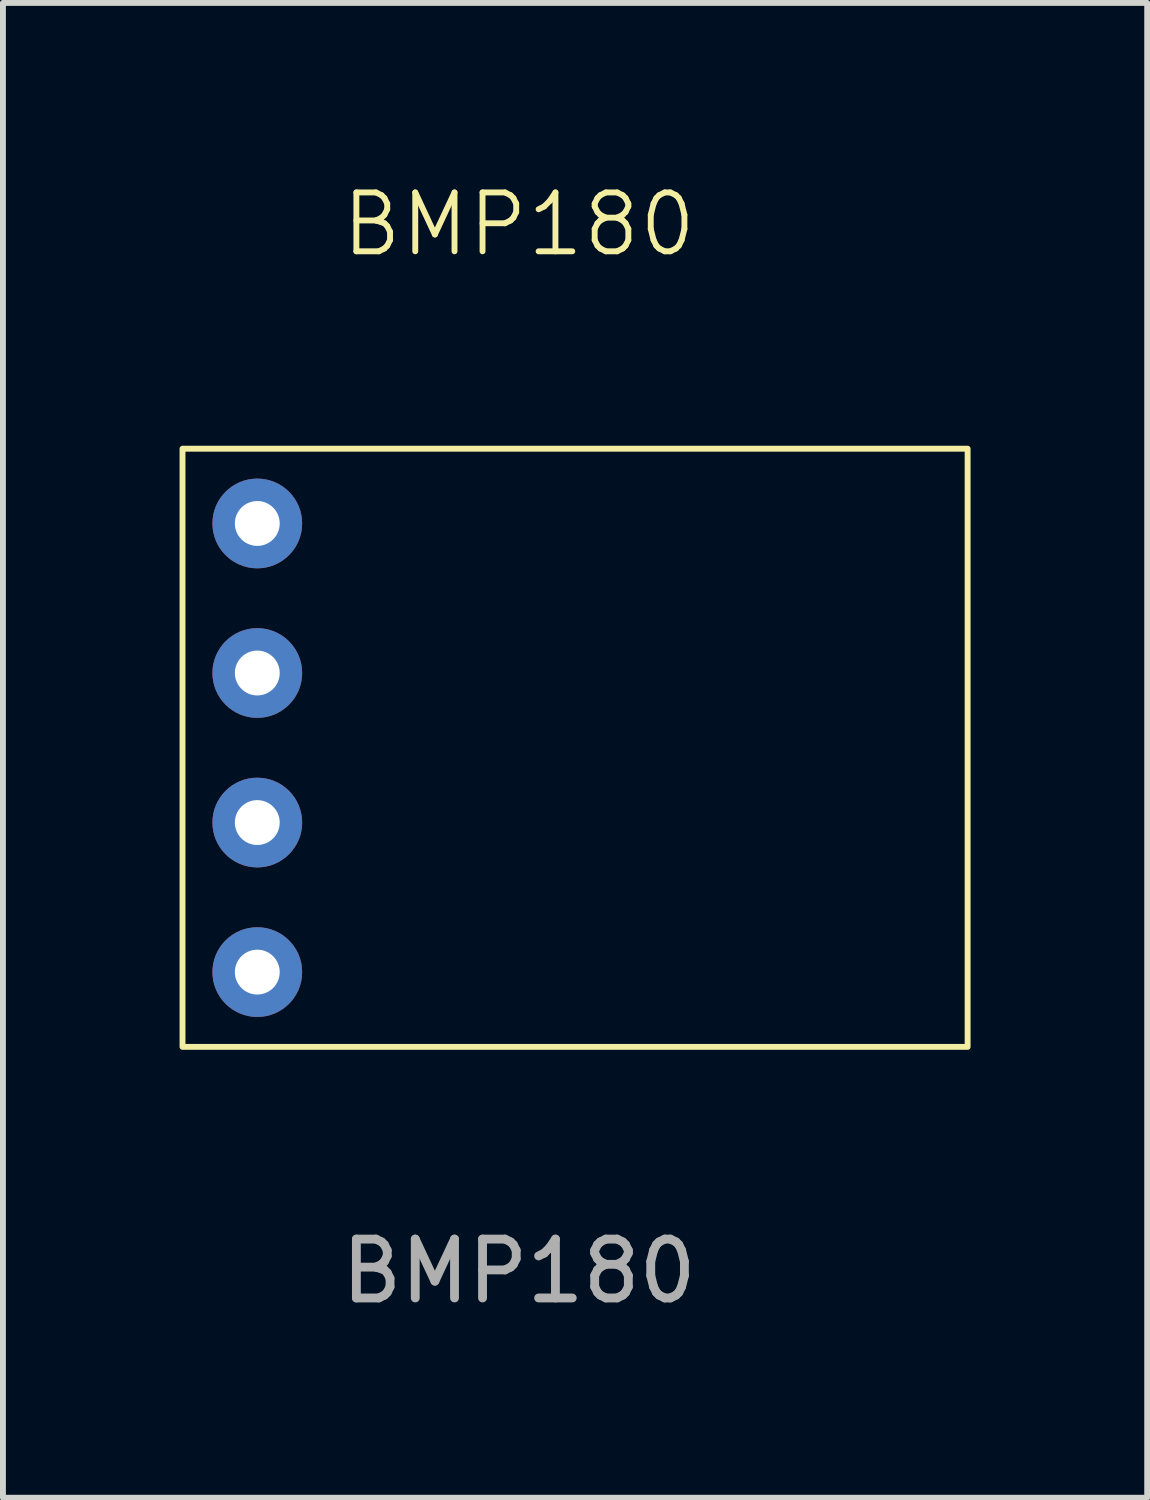
<source format=kicad_pcb>
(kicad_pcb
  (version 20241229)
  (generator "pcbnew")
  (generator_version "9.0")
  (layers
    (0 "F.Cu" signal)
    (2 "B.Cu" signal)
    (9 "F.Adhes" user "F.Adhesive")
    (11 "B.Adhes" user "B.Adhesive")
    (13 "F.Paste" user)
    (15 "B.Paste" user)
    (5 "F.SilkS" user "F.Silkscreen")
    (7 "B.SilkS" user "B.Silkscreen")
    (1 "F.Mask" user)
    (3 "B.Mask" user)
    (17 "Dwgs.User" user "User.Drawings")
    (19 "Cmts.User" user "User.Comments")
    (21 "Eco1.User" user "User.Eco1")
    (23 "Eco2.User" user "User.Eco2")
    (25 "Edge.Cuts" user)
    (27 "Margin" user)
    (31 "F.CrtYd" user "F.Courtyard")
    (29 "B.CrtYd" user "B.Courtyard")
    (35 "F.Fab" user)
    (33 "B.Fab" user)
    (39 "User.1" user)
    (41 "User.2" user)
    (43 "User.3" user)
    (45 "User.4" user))
  (footprint "BMP180"
    (layer "F.Cu")
    (at 5.765 10.921)
    (property "Reference" "BMP180" (at 0 -10.16 0) (unlocked yes) (layer "F.SilkS") (effects (font (size 1 1) (thickness 0.1))))
    (attr through_hole)
    (fp_rect (start -5.715 -6.35) (end 7.62 3.81) (stroke (width 0.1) (type default)) (fill no) (layer "F.SilkS"))
    (fp_text user "${REFERENCE}" (at 0 7.62 0) (unlocked yes) (layer "F.Fab") (effects (font (size 1 1) (thickness 0.15))))
    (pad "1" thru_hole circle (at -4.445 -5.08) (size 1.524 1.524) (drill 0.762) (layers "*.Cu" "*.Mask"))
    (pad "2" thru_hole circle (at -4.445 -2.54) (size 1.524 1.524) (drill 0.762) (layers "*.Cu" "*.Mask"))
    (pad "3" thru_hole circle (at -4.445 0) (size 1.524 1.524) (drill 0.762) (layers "*.Cu" "*.Mask"))
    (pad "4" thru_hole circle (at -4.445 2.54) (size 1.524 1.524) (drill 0.762) (layers "*.Cu" "*.Mask")))
  (gr_rect
    (start -3 -3)
    (end 16.435 22.389)
    (stroke (width 0.1) (type default))
    (fill no)
    (layer "Edge.Cuts")))
</source>
